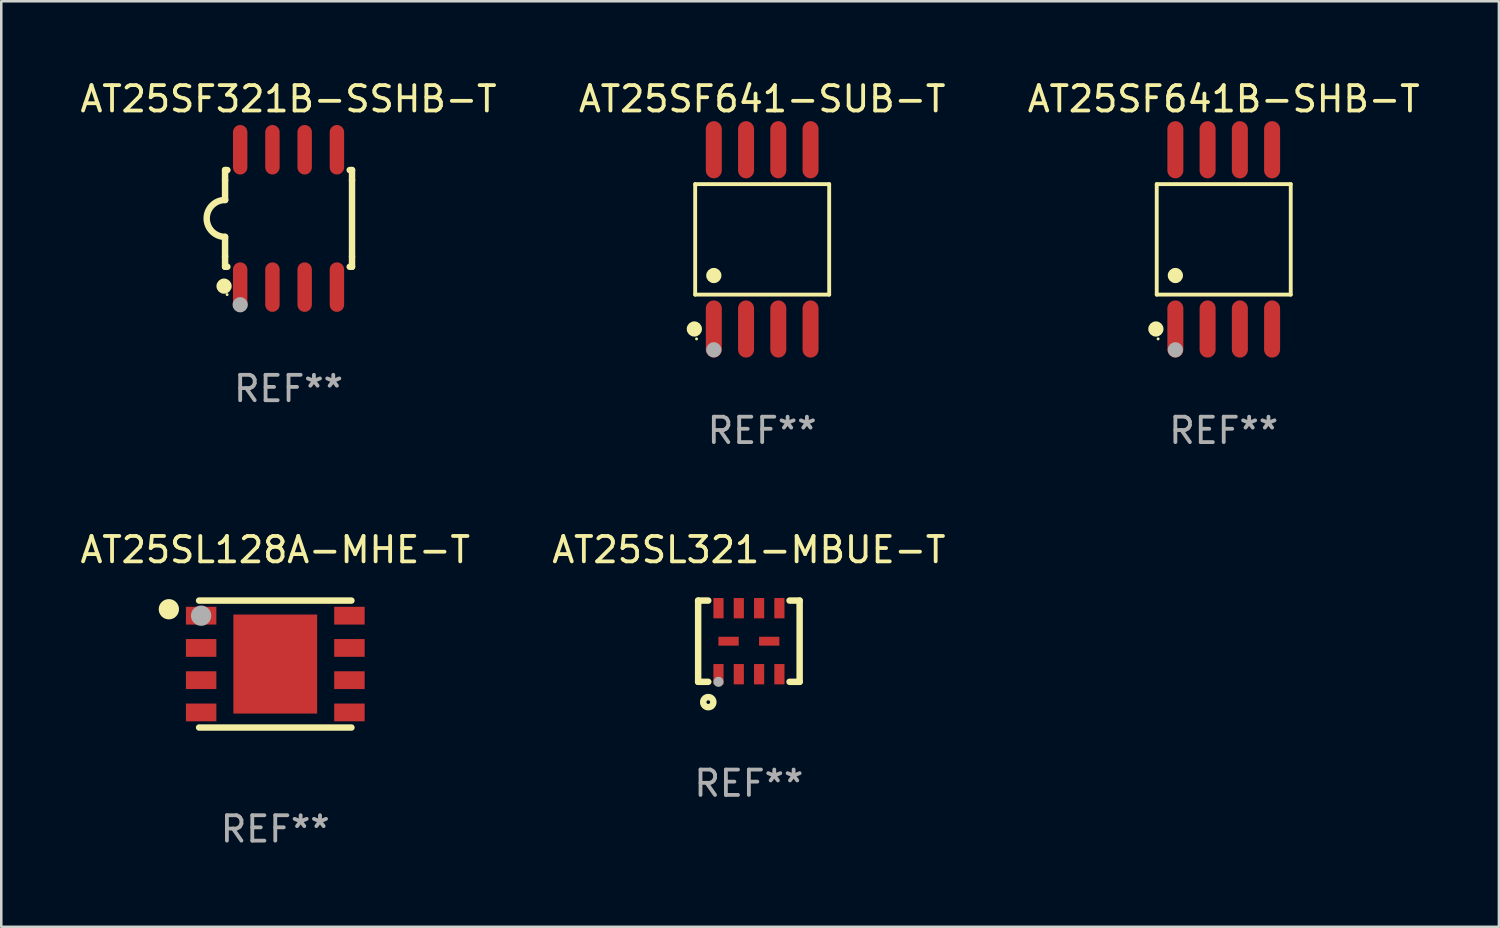
<source format=kicad_pcb>
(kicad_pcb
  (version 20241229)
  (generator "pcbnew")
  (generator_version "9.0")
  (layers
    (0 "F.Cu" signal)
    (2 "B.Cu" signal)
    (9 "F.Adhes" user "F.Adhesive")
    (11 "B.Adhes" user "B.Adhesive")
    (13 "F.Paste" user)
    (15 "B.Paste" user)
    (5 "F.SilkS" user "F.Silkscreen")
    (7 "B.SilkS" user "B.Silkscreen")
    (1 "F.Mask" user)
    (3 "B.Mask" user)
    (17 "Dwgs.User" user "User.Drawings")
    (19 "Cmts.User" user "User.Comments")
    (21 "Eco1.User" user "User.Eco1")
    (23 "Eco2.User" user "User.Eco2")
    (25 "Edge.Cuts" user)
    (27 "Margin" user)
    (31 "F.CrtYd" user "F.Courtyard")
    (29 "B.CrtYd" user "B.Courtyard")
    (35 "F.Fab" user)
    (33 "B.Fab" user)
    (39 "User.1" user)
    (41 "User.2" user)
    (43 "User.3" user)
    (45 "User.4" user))
  (footprint "AT25SL128A-MHE-T"
    (layer "F.Cu")
    (at 7.792 23.105)
    (property "Reference" "AT25SL128A-MHE-T" (at 0 -4.5 0) (layer "F.SilkS") (effects (font (size 1 1) (thickness 0.15))))
    (attr through_hole)
    (fp_line (start 3 -2.5) (end -3 -2.5) (stroke (width 0.254) (type solid)) (layer "F.SilkS"))
    (fp_line (start 3 2.5) (end -3 2.5) (stroke (width 0.254) (type solid)) (layer "F.SilkS"))
    (fp_circle (center -4.191 -2.159) (end -3.991 -2.159) (stroke (width 0.4) (type solid)) (fill no) (layer "F.SilkS"))
    (fp_circle (center -3 -2.5) (end -2.97 -2.5) (stroke (width 0.06) (type solid)) (fill no) (layer "F.SilkS"))
    (fp_circle (center -2.92 -1.905) (end -2.72 -1.905) (stroke (width 0.4) (type solid)) (fill no) (layer "F.Fab"))
    (fp_text user "REF**" (at 0 6.5 0) (layer "F.Fab") (effects (font (size 1 1) (thickness 0.15))))
    (pad "1" smd rect (at -2.92 -1.905) (size 1.2 0.7) (layers "F.Cu" "F.Mask" "F.Paste"))
    (pad "2" smd rect (at -2.92 -0.635) (size 1.2 0.7) (layers "F.Cu" "F.Mask" "F.Paste"))
    (pad "3" smd rect (at -2.92 0.635) (size 1.2 0.7) (layers "F.Cu" "F.Mask" "F.Paste"))
    (pad "4" smd rect (at -2.92 1.905) (size 1.2 0.7) (layers "F.Cu" "F.Mask" "F.Paste"))
    (pad "5" smd rect (at 2.92 1.905) (size 1.2 0.7) (layers "F.Cu" "F.Mask" "F.Paste"))
    (pad "6" smd rect (at 2.92 0.635) (size 1.2 0.7) (layers "F.Cu" "F.Mask" "F.Paste"))
    (pad "7" smd rect (at 2.92 -0.635) (size 1.2 0.7) (layers "F.Cu" "F.Mask" "F.Paste"))
    (pad "8" smd rect (at 2.92 -1.905) (size 1.2 0.7) (layers "F.Cu" "F.Mask" "F.Paste"))
    (pad "9" smd rect (at 0 0) (size 3.3 3.9) (layers "F.Cu" "F.Mask" "F.Paste")))
  (footprint "AT25SF641-SUB-T"
    (layer "F.Cu")
    (at 26.97 6.378)
    (property "Reference" "AT25SF641-SUB-T" (at 0 -5.53 0) (layer "F.SilkS") (effects (font (size 1 1) (thickness 0.15))))
    (attr through_hole)
    (fp_line (start -2.639 -2.176) (end 2.639 -2.176) (stroke (width 0.152) (type solid)) (layer "F.SilkS"))
    (fp_line (start -2.639 2.176) (end -2.639 -2.176) (stroke (width 0.152) (type solid)) (layer "F.SilkS"))
    (fp_line (start 2.639 -2.176) (end 2.639 2.176) (stroke (width 0.152) (type solid)) (layer "F.SilkS"))
    (fp_line (start 2.639 2.176) (end -2.639 2.176) (stroke (width 0.152) (type solid)) (layer "F.SilkS"))
    (fp_circle (center -2.672 3.53) (end -2.522 3.53) (stroke (width 0.3) (type solid)) (fill no) (layer "F.SilkS"))
    (fp_circle (center -2.585 3.92) (end -2.555 3.92) (stroke (width 0.06) (type solid)) (fill no) (layer "F.SilkS"))
    (fp_circle (center -1.905 1.424) (end -1.755 1.424) (stroke (width 0.3) (type solid)) (fill no) (layer "F.SilkS"))
    (fp_circle (center -1.905 4.35) (end -1.755 4.35) (stroke (width 0.3) (type solid)) (fill no) (layer "F.Fab"))
    (fp_text user "REF**" (at 0 7.53 0) (layer "F.Fab") (effects (font (size 1 1) (thickness 0.15))))
    (pad "1" smd oval (at -1.905 3.53) (size 0.63 2.25) (layers "F.Cu" "F.Mask" "F.Paste"))
    (pad "2" smd oval (at -0.635 3.53) (size 0.63 2.25) (layers "F.Cu" "F.Mask" "F.Paste"))
    (pad "3" smd oval (at 0.635 3.53) (size 0.63 2.25) (layers "F.Cu" "F.Mask" "F.Paste"))
    (pad "4" smd oval (at 1.905 3.53) (size 0.63 2.25) (layers "F.Cu" "F.Mask" "F.Paste"))
    (pad "5" smd oval (at 1.905 -3.53) (size 0.63 2.25) (layers "F.Cu" "F.Mask" "F.Paste"))
    (pad "6" smd oval (at 0.635 -3.53) (size 0.63 2.25) (layers "F.Cu" "F.Mask" "F.Paste"))
    (pad "7" smd oval (at -0.635 -3.53) (size 0.63 2.25) (layers "F.Cu" "F.Mask" "F.Paste"))
    (pad "8" smd oval (at -1.905 -3.53) (size 0.63 2.25) (layers "F.Cu" "F.Mask" "F.Paste")))
  (footprint "AT25SF641B-SHB-T"
    (layer "F.Cu")
    (at 45.149 6.378)
    (property "Reference" "AT25SF641B-SHB-T" (at 0 -5.53 0) (layer "F.SilkS") (effects (font (size 1 1) (thickness 0.15))))
    (attr through_hole)
    (fp_line (start -2.639 -2.176) (end 2.639 -2.176) (stroke (width 0.152) (type solid)) (layer "F.SilkS"))
    (fp_line (start -2.639 2.176) (end -2.639 -2.176) (stroke (width 0.152) (type solid)) (layer "F.SilkS"))
    (fp_line (start 2.639 -2.176) (end 2.639 2.176) (stroke (width 0.152) (type solid)) (layer "F.SilkS"))
    (fp_line (start 2.639 2.176) (end -2.639 2.176) (stroke (width 0.152) (type solid)) (layer "F.SilkS"))
    (fp_circle (center -2.672 3.53) (end -2.522 3.53) (stroke (width 0.3) (type solid)) (fill no) (layer "F.SilkS"))
    (fp_circle (center -2.585 3.92) (end -2.555 3.92) (stroke (width 0.06) (type solid)) (fill no) (layer "F.SilkS"))
    (fp_circle (center -1.905 1.424) (end -1.755 1.424) (stroke (width 0.3) (type solid)) (fill no) (layer "F.SilkS"))
    (fp_circle (center -1.905 4.35) (end -1.755 4.35) (stroke (width 0.3) (type solid)) (fill no) (layer "F.Fab"))
    (fp_text user "REF**" (at 0 7.53 0) (layer "F.Fab") (effects (font (size 1 1) (thickness 0.15))))
    (pad "1" smd oval (at -1.905 3.53) (size 0.63 2.25) (layers "F.Cu" "F.Mask" "F.Paste"))
    (pad "2" smd oval (at -0.635 3.53) (size 0.63 2.25) (layers "F.Cu" "F.Mask" "F.Paste"))
    (pad "3" smd oval (at 0.635 3.53) (size 0.63 2.25) (layers "F.Cu" "F.Mask" "F.Paste"))
    (pad "4" smd oval (at 1.905 3.53) (size 0.63 2.25) (layers "F.Cu" "F.Mask" "F.Paste"))
    (pad "5" smd oval (at 1.905 -3.53) (size 0.63 2.25) (layers "F.Cu" "F.Mask" "F.Paste"))
    (pad "6" smd oval (at 0.635 -3.53) (size 0.63 2.25) (layers "F.Cu" "F.Mask" "F.Paste"))
    (pad "7" smd oval (at -0.635 -3.53) (size 0.63 2.25) (layers "F.Cu" "F.Mask" "F.Paste"))
    (pad "8" smd oval (at -1.905 -3.53) (size 0.63 2.25) (layers "F.Cu" "F.Mask" "F.Paste")))
  (footprint "AT25SL321-MBUE-T"
    (layer "F.Cu")
    (at 26.446 22.205)
    (property "Reference" "AT25SL321-MBUE-T" (at 0 -3.6 0) (layer "F.SilkS") (effects (font (size 1 1) (thickness 0.15))))
    (attr through_hole)
    (fp_line (start -2 -1.6) (end -1.599 -1.6) (stroke (width 0.254) (type solid)) (layer "F.SilkS"))
    (fp_line (start -2 1.6) (end -1.599 1.6) (stroke (width 0.254) (type solid)) (layer "F.SilkS"))
    (fp_line (start -1.998 -1.6) (end -1.998 1.6) (stroke (width 0.254) (type solid)) (layer "F.SilkS"))
    (fp_line (start 2 -1.6) (end 1.601 -1.6) (stroke (width 0.254) (type solid)) (layer "F.SilkS"))
    (fp_line (start 2 1.6) (end 1.601 1.6) (stroke (width 0.254) (type solid)) (layer "F.SilkS"))
    (fp_line (start 2 1.6) (end 2 -1.6) (stroke (width 0.254) (type solid)) (layer "F.SilkS"))
    (fp_circle (center -1.997 1.5) (end -1.967 1.5) (stroke (width 0.06) (type solid)) (fill no) (layer "F.SilkS"))
    (fp_circle (center -1.599 2.4) (end -1.399 2.4) (stroke (width 0.254) (type solid)) (fill no) (layer "F.SilkS"))
    (fp_circle (center -1.197 1.6) (end -1.097 1.6) (stroke (width 0.2) (type solid)) (fill no) (layer "F.Fab"))
    (fp_text user "REF**" (at 0 5.6 0) (layer "F.Fab") (effects (font (size 1 1) (thickness 0.15))))
    (pad "1" smd rect (at -1.197 1.3) (size 0.4 0.8) (layers "F.Cu" "F.Mask" "F.Paste"))
    (pad "2" smd rect (at -0.397 1.3) (size 0.4 0.8) (layers "F.Cu" "F.Mask" "F.Paste"))
    (pad "3" smd rect (at 0.403 1.3) (size 0.4 0.8) (layers "F.Cu" "F.Mask" "F.Paste"))
    (pad "4" smd rect (at 1.202 1.3) (size 0.4 0.8) (layers "F.Cu" "F.Mask" "F.Paste"))
    (pad "5" smd rect (at 1.202 -1.3) (size 0.4 0.8) (layers "F.Cu" "F.Mask" "F.Paste"))
    (pad "6" smd rect (at 0.403 -1.3) (size 0.4 0.8) (layers "F.Cu" "F.Mask" "F.Paste"))
    (pad "7" smd rect (at -0.397 -1.3) (size 0.4 0.8) (layers "F.Cu" "F.Mask" "F.Paste"))
    (pad "8" smd rect (at -1.197 -1.3) (size 0.4 0.8) (layers "F.Cu" "F.Mask" "F.Paste"))
    (pad "9" smd rect (at -0.8 0.00014 90) (size 0.35 0.8) (layers "F.Cu" "F.Mask" "F.Paste"))
    (pad "10" smd rect (at 0.801 0.00014 90) (size 0.35 0.8) (layers "F.Cu" "F.Mask" "F.Paste")))
  (footprint "AT25SF321B-SSHB-T"
    (layer "F.Cu")
    (at 8.315 5.553)
    (property "Reference" "AT25SF321B-SSHB-T" (at 0 -4.705 0) (layer "F.SilkS") (effects (font (size 1 1) (thickness 0.15))))
    (attr through_hole)
    (fp_line (start -2.5 -1.905) (end -2.409 -1.905) (stroke (width 0.254) (type solid)) (layer "F.SilkS"))
    (fp_line (start -2.5 -1.5) (end -2.5 -1.905) (stroke (width 0.254) (type solid)) (layer "F.SilkS"))
    (fp_line (start -2.5 -1.5) (end -2.5 -0.726) (stroke (width 0.254) (type solid)) (layer "F.SilkS"))
    (fp_line (start -2.5 1.5) (end -2.5 0.727) (stroke (width 0.254) (type solid)) (layer "F.SilkS"))
    (fp_line (start -2.5 1.5) (end -2.5 1.905) (stroke (width 0.254) (type solid)) (layer "F.SilkS"))
    (fp_line (start -2.5 1.905) (end -2.409 1.905) (stroke (width 0.254) (type solid)) (layer "F.SilkS"))
    (fp_line (start 2.5 -1.905) (end 2.409 -1.905) (stroke (width 0.254) (type solid)) (layer "F.SilkS"))
    (fp_line (start 2.5 -1.5) (end 2.5 -1.905) (stroke (width 0.254) (type solid)) (layer "F.SilkS"))
    (fp_line (start 2.5 -1.5) (end 2.5 1.5) (stroke (width 0.254) (type solid)) (layer "F.SilkS"))
    (fp_line (start 2.5 1.5) (end 2.5 1.905) (stroke (width 0.254) (type solid)) (layer "F.SilkS"))
    (fp_line (start 2.5 1.905) (end 2.409 1.905) (stroke (width 0.254) (type solid)) (layer "F.SilkS"))
    (fp_arc (start -2.5 0.726568) (mid -3.220316 -0.0023) (end -2.495097 -0.726289) (stroke (width 0.254001) (type solid)) (layer "F.SilkS"))
    (fp_circle (center -2.54 2.667) (end -2.39 2.667) (stroke (width 0.3) (type solid)) (fill no) (layer "F.SilkS"))
    (fp_circle (center -2.42 3) (end -2.39 3) (stroke (width 0.06) (type solid)) (fill no) (layer "F.SilkS"))
    (fp_circle (center -1.905 3.4) (end -1.755 3.4) (stroke (width 0.3) (type solid)) (fill no) (layer "F.Fab"))
    (fp_text user "REF**" (at 0 6.705 0) (layer "F.Fab") (effects (font (size 1 1) (thickness 0.15))))
    (pad "1" smd oval (at -1.905 2.705) (size 0.568 1.95) (layers "F.Cu" "F.Mask" "F.Paste"))
    (pad "2" smd oval (at -0.635 2.705) (size 0.568 1.95) (layers "F.Cu" "F.Mask" "F.Paste"))
    (pad "3" smd oval (at 0.635 2.705) (size 0.568 1.95) (layers "F.Cu" "F.Mask" "F.Paste"))
    (pad "4" smd oval (at 1.905 2.705) (size 0.568 1.95) (layers "F.Cu" "F.Mask" "F.Paste"))
    (pad "5" smd oval (at 1.905 -2.705) (size 0.568 1.95) (layers "F.Cu" "F.Mask" "F.Paste"))
    (pad "6" smd oval (at 0.635 -2.705) (size 0.568 1.95) (layers "F.Cu" "F.Mask" "F.Paste"))
    (pad "7" smd oval (at -0.635 -2.705) (size 0.568 1.95) (layers "F.Cu" "F.Mask" "F.Paste"))
    (pad "8" smd oval (at -1.905 -2.705) (size 0.568 1.95) (layers "F.Cu" "F.Mask" "F.Paste")))
  (gr_rect
    (start -3 -3)
    (end 55.988 33.453)
    (stroke (width 0.1) (type default))
    (fill no)
    (layer "Edge.Cuts")))
</source>
